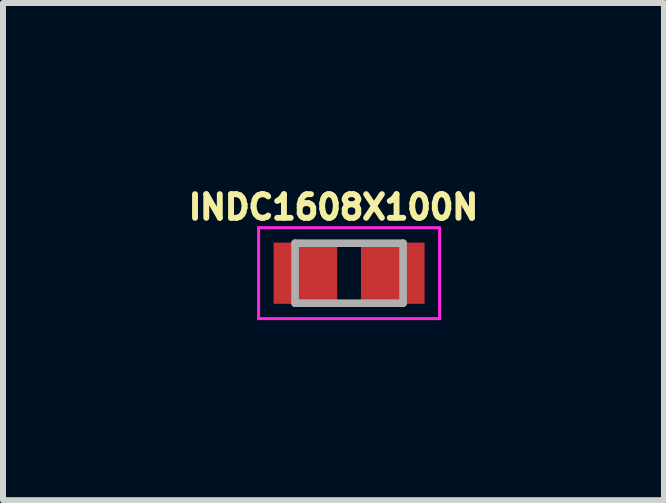
<source format=kicad_pcb>
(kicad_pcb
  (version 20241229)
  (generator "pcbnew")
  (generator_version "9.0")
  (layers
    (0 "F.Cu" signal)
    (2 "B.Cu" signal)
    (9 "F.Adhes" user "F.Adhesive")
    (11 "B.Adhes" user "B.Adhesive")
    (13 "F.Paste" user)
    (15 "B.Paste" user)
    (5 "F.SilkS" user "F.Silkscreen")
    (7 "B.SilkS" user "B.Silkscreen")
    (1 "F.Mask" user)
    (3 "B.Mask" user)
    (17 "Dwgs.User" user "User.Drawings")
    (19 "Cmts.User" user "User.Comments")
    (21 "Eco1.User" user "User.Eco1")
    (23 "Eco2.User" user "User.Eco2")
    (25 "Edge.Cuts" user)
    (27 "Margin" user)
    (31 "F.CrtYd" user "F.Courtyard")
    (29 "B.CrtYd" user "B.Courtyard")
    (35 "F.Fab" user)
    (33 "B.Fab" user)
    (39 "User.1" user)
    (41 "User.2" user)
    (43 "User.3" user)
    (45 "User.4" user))
  (footprint "INDC1608X100N"
    (layer "F.Cu")
    (at 2.768 1.503)
    (property "Reference" "INDC1608X100N" (at -0.26 -1.1 0) (layer "F.SilkS") (effects (font (size 0.394 0.394) (thickness 0.15))))
    (attr smd)
    (fp_line (start -1.508 -0.758) (end 1.508 -0.758) (stroke (width 0.05) (type solid)) (layer "F.CrtYd"))
    (fp_line (start -1.508 0.758) (end -1.508 -0.758) (stroke (width 0.05) (type solid)) (layer "F.CrtYd"))
    (fp_line (start -1.508 0.758) (end 1.508 0.758) (stroke (width 0.05) (type solid)) (layer "F.CrtYd"))
    (fp_line (start 1.508 0.758) (end 1.508 -0.758) (stroke (width 0.05) (type solid)) (layer "F.CrtYd"))
    (fp_line (start -0.9 0.5) (end -0.9 -0.5) (stroke (width 0.127) (type solid)) (layer "F.Fab"))
    (fp_line (start 0.9 -0.5) (end -0.9 -0.5) (stroke (width 0.127) (type solid)) (layer "F.Fab"))
    (fp_line (start 0.9 0.5) (end -0.9 0.5) (stroke (width 0.127) (type solid)) (layer "F.Fab"))
    (fp_line (start 0.9 0.5) (end 0.9 -0.5) (stroke (width 0.127) (type solid)) (layer "F.Fab"))
    (pad "1" smd rect (at -0.728 0) (size 1.06 1.02) (layers "F.Cu" "F.Mask" "F.Paste"))
    (pad "2" smd rect (at 0.728 0) (size 1.06 1.02) (layers "F.Cu" "F.Mask" "F.Paste")))
  (gr_rect
    (start -3 -3)
    (end 8.016 5.286)
    (stroke (width 0.1) (type default))
    (fill no)
    (layer "Edge.Cuts")))
</source>
